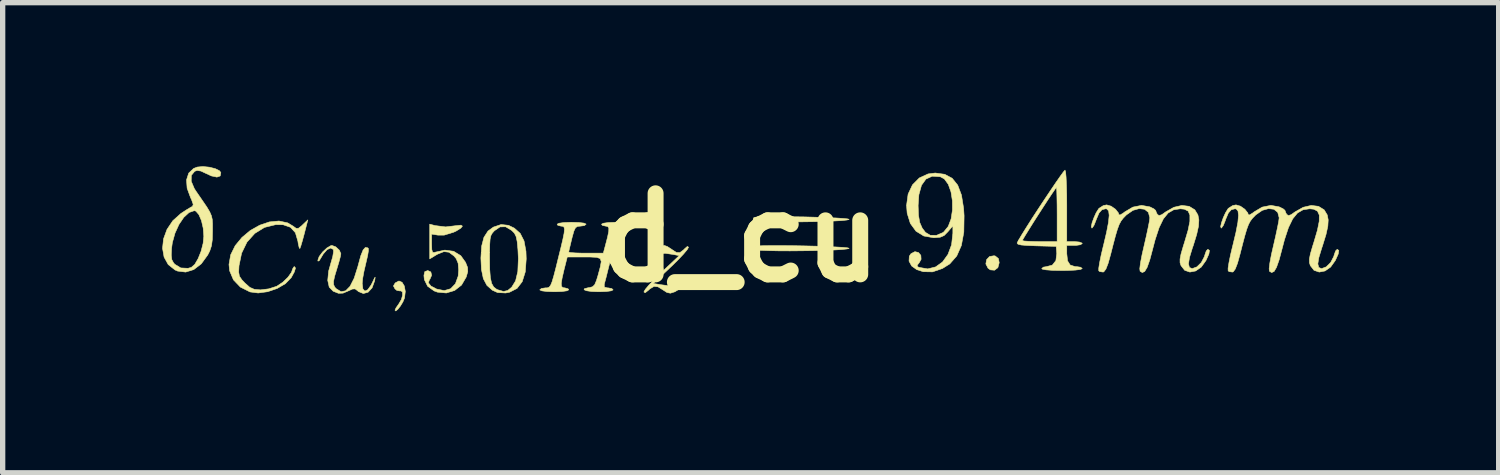
<source format=kicad_pcb>
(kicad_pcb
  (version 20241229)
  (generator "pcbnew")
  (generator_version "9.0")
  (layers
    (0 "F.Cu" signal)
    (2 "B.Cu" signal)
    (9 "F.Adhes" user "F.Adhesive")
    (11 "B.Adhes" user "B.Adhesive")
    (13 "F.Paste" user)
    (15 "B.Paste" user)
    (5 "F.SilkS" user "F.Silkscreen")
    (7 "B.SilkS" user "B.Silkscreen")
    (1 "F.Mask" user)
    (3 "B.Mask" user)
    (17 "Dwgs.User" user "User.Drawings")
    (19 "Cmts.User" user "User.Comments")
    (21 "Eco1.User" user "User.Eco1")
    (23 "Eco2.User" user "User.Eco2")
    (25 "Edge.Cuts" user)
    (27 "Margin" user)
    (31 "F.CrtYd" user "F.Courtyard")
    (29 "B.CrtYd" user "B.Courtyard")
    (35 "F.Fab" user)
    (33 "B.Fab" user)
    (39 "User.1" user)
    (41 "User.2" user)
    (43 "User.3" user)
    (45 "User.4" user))
  (footprint "d_cu"
    (layer "F.Cu")
    (at 10.869 1.418)
    (property "Reference" "d_cu" (at 0 0 0) (layer "F.SilkS") (effects (font (size 1.524 1.524) (thickness 0.3))))
    (attr through_hole)
    (fp_poly (pts (xy 4.788 0.344) (xy 4.848 0.393) (xy 4.862 0.47) (xy 4.837 0.563) (xy 4.774 0.611) (xy 4.695 0.604) (xy 4.652 0.573) (xy 4.611 0.493) (xy 4.625 0.412) (xy 4.681 0.353) (xy 4.765 0.339) (xy 4.788 0.344)) (stroke (width 0.01) (type solid)) (fill yes) (layer "F.SilkS"))
    (fp_poly (pts (xy -6.362 0.838) (xy -6.319 0.908) (xy -6.301 1.01) (xy -6.315 1.13) (xy -6.316 1.134) (xy -6.346 1.207) (xy -6.392 1.283) (xy -6.441 1.345) (xy -6.48 1.377) (xy -6.495 1.363) (xy -6.475 1.318) (xy -6.425 1.247) (xy -6.423 1.244) (xy -6.375 1.162) (xy -6.352 1.08) (xy -6.355 1.018) (xy -6.387 0.998) (xy -6.399 1.001) (xy -6.459 0.991) (xy -6.495 0.961) (xy -6.524 0.907) (xy -6.494 0.855) (xy -6.486 0.847) (xy -6.42 0.813) (xy -6.362 0.838)) (stroke (width 0.01) (type solid)) (fill yes) (layer "F.SilkS"))
    (fp_poly (pts (xy 0.775 -0.397) (xy 0.985 -0.394) (xy 1.204 -0.391) (xy 1.42 -0.385) (xy 1.621 -0.378) (xy 1.795 -0.371) (xy 1.931 -0.362) (xy 2.017 -0.353) (xy 2.041 -0.345) (xy 2.004 -0.333) (xy 1.906 -0.322) (xy 1.759 -0.314) (xy 1.576 -0.306) (xy 1.369 -0.301) (xy 1.148 -0.298) (xy 0.928 -0.297) (xy 0.718 -0.298) (xy 0.533 -0.301) (xy 0.382 -0.307) (xy 0.28 -0.315) (xy 0.236 -0.326) (xy 0.236 -0.326) (xy 0.242 -0.369) (xy 0.261 -0.382) (xy 0.317 -0.39) (xy 0.429 -0.394) (xy 0.586 -0.397) (xy 0.775 -0.397)) (stroke (width 0.01) (type solid)) (fill yes) (layer "F.SilkS"))
    (fp_poly (pts (xy 0.775 0.148) (xy 0.985 0.15) (xy 1.204 0.154) (xy 1.42 0.159) (xy 1.621 0.166) (xy 1.795 0.174) (xy 1.931 0.182) (xy 2.017 0.191) (xy 2.041 0.2) (xy 2.004 0.211) (xy 1.906 0.222) (xy 1.759 0.231) (xy 1.576 0.238) (xy 1.369 0.243) (xy 1.148 0.246) (xy 0.928 0.248) (xy 0.718 0.247) (xy 0.533 0.243) (xy 0.382 0.238) (xy 0.28 0.229) (xy 0.236 0.218) (xy 0.236 0.218) (xy 0.242 0.175) (xy 0.261 0.162) (xy 0.317 0.155) (xy 0.429 0.15) (xy 0.586 0.148) (xy 0.775 0.148)) (stroke (width 0.01) (type solid)) (fill yes) (layer "F.SilkS"))
    (fp_poly (pts (xy -4.362 -0.233) (xy -4.252 -0.18) (xy -4.141 -0.081) (xy -4.069 0.061) (xy -4.033 0.255) (xy -4.028 0.399) (xy -4.046 0.643) (xy -4.104 0.827) (xy -4.201 0.953) (xy -4.34 1.024) (xy -4.415 1.039) (xy -4.567 1.031) (xy -4.666 0.986) (xy -4.767 0.896) (xy -4.834 0.77) (xy -4.87 0.596) (xy -4.88 0.382) (xy -4.717 0.382) (xy -4.714 0.598) (xy -4.702 0.753) (xy -4.678 0.859) (xy -4.639 0.927) (xy -4.583 0.97) (xy -4.561 0.979) (xy -4.455 1.01) (xy -4.376 0.992) (xy -4.301 0.93) (xy -4.228 0.811) (xy -4.186 0.634) (xy -4.176 0.394) (xy -4.184 0.222) (xy -4.198 0.074) (xy -4.218 -0.021) (xy -4.25 -0.085) (xy -4.3 -0.136) (xy -4.414 -0.205) (xy -4.519 -0.204) (xy -4.625 -0.132) (xy -4.628 -0.129) (xy -4.666 -0.086) (xy -4.692 -0.04) (xy -4.707 0.026) (xy -4.714 0.126) (xy -4.717 0.274) (xy -4.717 0.382) (xy -4.88 0.382) (xy -4.88 0.381) (xy -4.866 0.158) (xy -4.823 -0.007) (xy -4.747 -0.125) (xy -4.646 -0.199) (xy -4.5 -0.248) (xy -4.362 -0.233)) (stroke (width 0.01) (type solid)) (fill yes) (layer "F.SilkS"))
    (fp_poly (pts (xy -5.742 -0.228) (xy -5.543 -0.203) (xy -5.343 -0.227) (xy -5.255 -0.236) (xy -5.227 -0.218) (xy -5.257 -0.18) (xy -5.342 -0.127) (xy -5.393 -0.103) (xy -5.572 -0.048) (xy -5.684 -0.048) (xy -5.806 -0.068) (xy -5.806 0.115) (xy -5.803 0.222) (xy -5.789 0.272) (xy -5.76 0.279) (xy -5.742 0.273) (xy -5.558 0.233) (xy -5.393 0.255) (xy -5.258 0.338) (xy -5.168 0.464) (xy -5.13 0.56) (xy -5.127 0.638) (xy -5.156 0.739) (xy -5.244 0.89) (xy -5.374 0.992) (xy -5.531 1.039) (xy -5.698 1.023) (xy -5.758 1.001) (xy -5.881 0.913) (xy -5.943 0.788) (xy -5.951 0.71) (xy -5.935 0.638) (xy -5.879 0.617) (xy -5.878 0.617) (xy -5.821 0.644) (xy -5.806 0.706) (xy -5.837 0.778) (xy -5.846 0.788) (xy -5.868 0.847) (xy -5.818 0.909) (xy -5.712 0.965) (xy -5.569 0.994) (xy -5.449 0.959) (xy -5.359 0.865) (xy -5.307 0.721) (xy -5.298 0.607) (xy -5.308 0.48) (xy -5.345 0.392) (xy -5.387 0.343) (xy -5.48 0.273) (xy -5.575 0.261) (xy -5.69 0.307) (xy -5.724 0.326) (xy -5.842 0.398) (xy -5.842 -0.255) (xy -5.742 -0.228)) (stroke (width 0.01) (type solid)) (fill yes) (layer "F.SilkS"))
    (fp_poly (pts (xy -1.375 0.166) (xy -1.298 0.216) (xy -1.296 0.218) (xy -1.207 0.277) (xy -1.14 0.28) (xy -1.071 0.229) (xy -1.054 0.211) (xy -1 0.164) (xy -0.98 0.176) (xy -0.979 0.184) (xy -1.004 0.227) (xy -1.073 0.309) (xy -1.174 0.416) (xy -1.299 0.539) (xy -1.309 0.548) (xy -1.639 0.86) (xy -1.5 0.883) (xy -1.346 0.903) (xy -1.241 0.898) (xy -1.164 0.864) (xy -1.105 0.811) (xy -1.044 0.756) (xy -1.017 0.759) (xy -1.016 0.767) (xy -1.048 0.861) (xy -1.13 0.953) (xy -1.234 1.016) (xy -1.318 1.043) (xy -1.384 1.029) (xy -1.452 0.985) (xy -1.551 0.923) (xy -1.626 0.915) (xy -1.702 0.96) (xy -1.73 0.986) (xy -1.79 1.033) (xy -1.814 1.023) (xy -1.814 1.013) (xy -1.789 0.97) (xy -1.721 0.889) (xy -1.619 0.782) (xy -1.494 0.659) (xy -1.484 0.649) (xy -1.152 0.337) (xy -1.27 0.314) (xy -1.418 0.293) (xy -1.52 0.302) (xy -1.596 0.344) (xy -1.603 0.35) (xy -1.652 0.389) (xy -1.668 0.377) (xy -1.669 0.353) (xy -1.641 0.292) (xy -1.574 0.222) (xy -1.494 0.165) (xy -1.433 0.145) (xy -1.375 0.166)) (stroke (width 0.01) (type solid)) (fill yes) (layer "F.SilkS"))
    (fp_poly (pts (xy -8.2 -0.074) (xy -8.235 0.055) (xy -8.264 0.153) (xy -8.282 0.202) (xy -8.284 0.204) (xy -8.297 0.182) (xy -8.314 0.108) (xy -8.32 0.065) (xy -8.367 -0.094) (xy -8.459 -0.196) (xy -8.598 -0.244) (xy -8.735 -0.246) (xy -8.947 -0.194) (xy -9.13 -0.081) (xy -9.277 0.083) (xy -9.378 0.291) (xy -9.427 0.528) (xy -9.433 0.646) (xy -9.419 0.723) (xy -9.374 0.79) (xy -9.315 0.852) (xy -9.224 0.933) (xy -9.139 0.97) (xy -9.027 0.98) (xy -9.019 0.98) (xy -8.867 0.961) (xy -8.722 0.914) (xy -8.71 0.908) (xy -8.604 0.837) (xy -8.507 0.744) (xy -8.44 0.65) (xy -8.418 0.584) (xy -8.393 0.546) (xy -8.383 0.544) (xy -8.365 0.571) (xy -8.387 0.644) (xy -8.445 0.75) (xy -8.448 0.754) (xy -8.555 0.864) (xy -8.709 0.954) (xy -8.888 1.015) (xy -9.067 1.039) (xy -9.22 1.019) (xy -9.401 0.928) (xy -9.531 0.792) (xy -9.603 0.622) (xy -9.615 0.503) (xy -9.583 0.321) (xy -9.498 0.149) (xy -9.371 -0.005) (xy -9.214 -0.136) (xy -9.038 -0.235) (xy -8.855 -0.297) (xy -8.675 -0.314) (xy -8.512 -0.279) (xy -8.412 -0.219) (xy -8.354 -0.177) (xy -8.311 -0.176) (xy -8.254 -0.22) (xy -8.23 -0.243) (xy -8.133 -0.335) (xy -8.2 -0.074)) (stroke (width 0.01) (type solid)) (fill yes) (layer "F.SilkS"))
    (fp_poly (pts (xy -7.608 0.172) (xy -7.541 0.234) (xy -7.512 0.301) (xy -7.512 0.302) (xy -7.522 0.357) (xy -7.549 0.458) (xy -7.584 0.575) (xy -7.629 0.723) (xy -7.65 0.821) (xy -7.648 0.884) (xy -7.625 0.931) (xy -7.599 0.959) (xy -7.509 1.014) (xy -7.422 0.998) (xy -7.339 0.913) (xy -7.262 0.761) (xy -7.193 0.543) (xy -7.186 0.516) (xy -7.138 0.34) (xy -7.094 0.23) (xy -7.052 0.183) (xy -7.008 0.19) (xy -6.995 0.202) (xy -6.994 0.244) (xy -7.009 0.337) (xy -7.038 0.462) (xy -7.043 0.483) (xy -7.077 0.629) (xy -7.102 0.764) (xy -7.111 0.858) (xy -7.111 0.86) (xy -7.098 0.964) (xy -7.061 1.003) (xy -7.007 0.978) (xy -6.944 0.89) (xy -6.916 0.835) (xy -6.879 0.756) (xy -6.867 0.742) (xy -6.873 0.788) (xy -6.879 0.816) (xy -6.926 0.944) (xy -7.001 1.025) (xy -7.09 1.049) (xy -7.182 1.012) (xy -7.199 0.996) (xy -7.245 0.962) (xy -7.296 0.965) (xy -7.363 0.996) (xy -7.471 1.042) (xy -7.557 1.045) (xy -7.656 1.006) (xy -7.731 0.929) (xy -7.759 0.802) (xy -7.742 0.628) (xy -7.699 0.474) (xy -7.665 0.356) (xy -7.65 0.263) (xy -7.654 0.221) (xy -7.704 0.194) (xy -7.771 0.224) (xy -7.842 0.305) (xy -7.874 0.358) (xy -7.919 0.432) (xy -7.942 0.44) (xy -7.945 0.424) (xy -7.92 0.354) (xy -7.856 0.269) (xy -7.775 0.193) (xy -7.7 0.149) (xy -7.68 0.145) (xy -7.608 0.172)) (stroke (width 0.01) (type solid)) (fill yes) (layer "F.SilkS"))
    (fp_poly (pts (xy 3.838 -1.192) (xy 3.978 -1.117) (xy 4.082 -0.988) (xy 4.153 -0.801) (xy 4.193 -0.552) (xy 4.202 -0.412) (xy 4.197 -0.104) (xy 4.151 0.146) (xy 4.064 0.343) (xy 3.933 0.492) (xy 3.794 0.579) (xy 3.609 0.642) (xy 3.435 0.639) (xy 3.312 0.6) (xy 3.216 0.531) (xy 3.167 0.44) (xy 3.172 0.348) (xy 3.204 0.3) (xy 3.278 0.262) (xy 3.344 0.278) (xy 3.389 0.331) (xy 3.394 0.406) (xy 3.359 0.469) (xy 3.319 0.52) (xy 3.331 0.546) (xy 3.358 0.558) (xy 3.518 0.586) (xy 3.667 0.549) (xy 3.797 0.456) (xy 3.899 0.314) (xy 3.967 0.132) (xy 3.991 -0.084) (xy 3.991 -0.084) (xy 3.991 -0.223) (xy 3.897 -0.112) (xy 3.827 -0.041) (xy 3.752 -0.009) (xy 3.641 -0.000039) (xy 3.628 0) (xy 3.445 -0.032) (xy 3.298 -0.123) (xy 3.192 -0.268) (xy 3.132 -0.46) (xy 3.121 -0.605) (xy 3.338 -0.605) (xy 3.345 -0.421) (xy 3.368 -0.287) (xy 3.414 -0.182) (xy 3.476 -0.1) (xy 3.566 -0.046) (xy 3.683 -0.045) (xy 3.803 -0.096) (xy 3.822 -0.111) (xy 3.904 -0.212) (xy 3.958 -0.354) (xy 3.983 -0.52) (xy 3.982 -0.695) (xy 3.956 -0.861) (xy 3.905 -1.003) (xy 3.831 -1.105) (xy 3.755 -1.146) (xy 3.603 -1.156) (xy 3.485 -1.102) (xy 3.401 -0.985) (xy 3.352 -0.807) (xy 3.338 -0.605) (xy 3.121 -0.605) (xy 3.121 -0.61) (xy 3.15 -0.82) (xy 3.232 -0.994) (xy 3.36 -1.123) (xy 3.525 -1.199) (xy 3.66 -1.216) (xy 3.838 -1.192)) (stroke (width 0.01) (type solid)) (fill yes) (layer "F.SilkS"))
    (fp_poly (pts (xy -9.985 -1.326) (xy -9.873 -1.298) (xy -9.793 -1.258) (xy -9.768 -1.224) (xy -9.78 -1.161) (xy -9.842 -1.139) (xy -9.945 -1.161) (xy -10.034 -1.202) (xy -10.143 -1.253) (xy -10.215 -1.264) (xy -10.26 -1.248) (xy -10.323 -1.171) (xy -10.325 -1.061) (xy -10.266 -0.922) (xy -10.232 -0.87) (xy -10.115 -0.7) (xy -10.031 -0.577) (xy -9.977 -0.486) (xy -9.945 -0.412) (xy -9.929 -0.342) (xy -9.924 -0.261) (xy -9.924 -0.155) (xy -9.924 -0.13) (xy -9.928 0.034) (xy -9.944 0.151) (xy -9.976 0.248) (xy -10.015 0.325) (xy -10.136 0.491) (xy -10.277 0.599) (xy -10.429 0.646) (xy -10.582 0.627) (xy -10.628 0.607) (xy -10.757 0.505) (xy -10.835 0.364) (xy -10.841 0.328) (xy -10.7 0.328) (xy -10.69 0.411) (xy -10.658 0.471) (xy -10.634 0.499) (xy -10.521 0.568) (xy -10.385 0.575) (xy -10.322 0.557) (xy -10.258 0.501) (xy -10.195 0.393) (xy -10.139 0.254) (xy -10.101 0.105) (xy -10.088 -0.026) (xy -10.1 -0.181) (xy -10.133 -0.323) (xy -10.181 -0.434) (xy -10.237 -0.499) (xy -10.267 -0.508) (xy -10.365 -0.474) (xy -10.464 -0.383) (xy -10.555 -0.249) (xy -10.63 -0.085) (xy -10.68 0.094) (xy -10.694 0.199) (xy -10.7 0.328) (xy -10.841 0.328) (xy -10.864 0.199) (xy -10.845 0.021) (xy -10.78 -0.156) (xy -10.671 -0.319) (xy -10.518 -0.456) (xy -10.513 -0.459) (xy -10.412 -0.525) (xy -10.332 -0.573) (xy -10.301 -0.588) (xy -10.287 -0.626) (xy -10.319 -0.716) (xy -10.337 -0.753) (xy -10.402 -0.93) (xy -10.413 -1.087) (xy -10.372 -1.214) (xy -10.281 -1.301) (xy -10.212 -1.328) (xy -10.106 -1.338) (xy -9.985 -1.326)) (stroke (width 0.01) (type solid)) (fill yes) (layer "F.SilkS"))
    (fp_poly (pts (xy 6.11 -1.235) (xy 6.119 -1.139) (xy 6.126 -0.99) (xy 6.131 -0.8) (xy 6.132 -0.599) (xy 6.132 0.073) (xy 6.277 0.073) (xy 6.368 0.081) (xy 6.419 0.101) (xy 6.423 0.109) (xy 6.39 0.132) (xy 6.31 0.144) (xy 6.277 0.145) (xy 6.132 0.145) (xy 6.132 0.301) (xy 6.147 0.436) (xy 6.196 0.513) (xy 6.288 0.543) (xy 6.321 0.544) (xy 6.394 0.555) (xy 6.423 0.581) (xy 6.388 0.597) (xy 6.291 0.609) (xy 6.141 0.616) (xy 6.042 0.617) (xy 5.867 0.614) (xy 5.74 0.604) (xy 5.671 0.59) (xy 5.661 0.581) (xy 5.692 0.553) (xy 5.749 0.544) (xy 5.86 0.515) (xy 5.927 0.431) (xy 5.944 0.301) (xy 5.944 0.295) (xy 5.933 0.163) (xy 5.557 0.153) (xy 5.385 0.146) (xy 5.275 0.137) (xy 5.216 0.122) (xy 5.199 0.102) (xy 5.201 0.093) (xy 5.222 0.053) (xy 5.298 0.053) (xy 5.331 0.062) (xy 5.421 0.068) (xy 5.551 0.072) (xy 5.624 0.073) (xy 5.951 0.073) (xy 5.951 -0.435) (xy 5.95 -0.618) (xy 5.947 -0.771) (xy 5.944 -0.883) (xy 5.939 -0.939) (xy 5.937 -0.943) (xy 5.914 -0.915) (xy 5.86 -0.837) (xy 5.784 -0.723) (xy 5.694 -0.584) (xy 5.597 -0.434) (xy 5.502 -0.285) (xy 5.417 -0.149) (xy 5.349 -0.039) (xy 5.307 0.032) (xy 5.298 0.053) (xy 5.222 0.053) (xy 5.231 0.037) (xy 5.292 -0.065) (xy 5.377 -0.201) (xy 5.479 -0.362) (xy 5.592 -0.535) (xy 5.709 -0.712) (xy 5.822 -0.881) (xy 5.924 -1.032) (xy 6.009 -1.154) (xy 6.069 -1.237) (xy 6.099 -1.27) (xy 6.099 -1.27) (xy 6.11 -1.235)) (stroke (width 0.01) (type solid)) (fill yes) (layer "F.SilkS"))
    (fp_poly (pts (xy -2.192 -0.286) (xy -2.106 -0.273) (xy -2.086 -0.254) (xy -2.137 -0.226) (xy -2.196 -0.218) (xy -2.228 -0.218) (xy -2.253 -0.212) (xy -2.274 -0.191) (xy -2.296 -0.145) (xy -2.322 -0.064) (xy -2.355 0.059) (xy -2.4 0.236) (xy -2.449 0.435) (xy -2.49 0.598) (xy -2.525 0.739) (xy -2.552 0.84) (xy -2.562 0.88) (xy -2.56 0.928) (xy -2.503 0.943) (xy -2.488 0.943) (xy -2.419 0.956) (xy -2.395 0.98) (xy -2.429 0.998) (xy -2.52 1.011) (xy -2.654 1.016) (xy -2.667 1.016) (xy -2.8 1.011) (xy -2.894 0.997) (xy -2.941 0.978) (xy -2.934 0.958) (xy -2.864 0.94) (xy -2.839 0.937) (xy -2.782 0.922) (xy -2.742 0.884) (xy -2.708 0.804) (xy -2.679 0.708) (xy -2.636 0.549) (xy -2.618 0.449) (xy -2.637 0.393) (xy -2.701 0.369) (xy -2.821 0.363) (xy -2.935 0.363) (xy -3.257 0.363) (xy -3.316 0.597) (xy -3.353 0.756) (xy -3.37 0.858) (xy -3.365 0.915) (xy -3.337 0.939) (xy -3.302 0.943) (xy -3.243 0.959) (xy -3.229 0.98) (xy -3.263 0.998) (xy -3.355 1.011) (xy -3.489 1.016) (xy -3.502 1.016) (xy -3.639 1.011) (xy -3.734 0.999) (xy -3.773 0.981) (xy -3.774 0.98) (xy -3.742 0.954) (xy -3.669 0.943) (xy -3.629 0.942) (xy -3.597 0.929) (xy -3.57 0.895) (xy -3.543 0.83) (xy -3.511 0.722) (xy -3.469 0.561) (xy -3.434 0.418) (xy -3.378 0.193) (xy -3.339 0.028) (xy -3.316 -0.086) (xy -3.309 -0.158) (xy -3.317 -0.197) (xy -3.338 -0.214) (xy -3.371 -0.218) (xy -3.375 -0.218) (xy -3.434 -0.233) (xy -3.447 -0.254) (xy -3.413 -0.272) (xy -3.322 -0.285) (xy -3.188 -0.29) (xy -3.175 -0.29) (xy -3.038 -0.286) (xy -2.942 -0.274) (xy -2.903 -0.256) (xy -2.903 -0.254) (xy -2.934 -0.228) (xy -3.007 -0.218) (xy -3.064 -0.213) (xy -3.102 -0.187) (xy -3.132 -0.125) (xy -3.164 -0.011) (xy -3.171 0.017) (xy -3.2 0.138) (xy -3.222 0.23) (xy -3.229 0.271) (xy -3.196 0.279) (xy -3.106 0.286) (xy -2.976 0.29) (xy -2.904 0.29) (xy -2.579 0.29) (xy -2.542 0.152) (xy -2.499 -0.013) (xy -2.477 -0.12) (xy -2.476 -0.182) (xy -2.496 -0.211) (xy -2.535 -0.218) (xy -2.535 -0.218) (xy -2.597 -0.232) (xy -2.613 -0.254) (xy -2.579 -0.272) (xy -2.487 -0.285) (xy -2.353 -0.29) (xy -2.338 -0.29) (xy -2.192 -0.286)) (stroke (width 0.01) (type solid)) (fill yes) (layer "F.SilkS"))
    (fp_poly (pts (xy 6.965 -0.593) (xy 7.048 -0.535) (xy 7.103 -0.465) (xy 7.112 -0.432) (xy 7.136 -0.428) (xy 7.195 -0.464) (xy 7.222 -0.485) (xy 7.374 -0.575) (xy 7.538 -0.608) (xy 7.693 -0.58) (xy 7.768 -0.543) (xy 7.802 -0.514) (xy 7.802 -0.513) (xy 7.82 -0.465) (xy 7.834 -0.44) (xy 7.866 -0.416) (xy 7.918 -0.433) (xy 7.991 -0.485) (xy 8.145 -0.572) (xy 8.296 -0.607) (xy 8.432 -0.59) (xy 8.539 -0.524) (xy 8.597 -0.428) (xy 8.615 -0.335) (xy 8.608 -0.217) (xy 8.574 -0.062) (xy 8.511 0.143) (xy 8.492 0.196) (xy 8.438 0.373) (xy 8.42 0.492) (xy 8.437 0.559) (xy 8.489 0.581) (xy 8.489 0.581) (xy 8.578 0.548) (xy 8.661 0.466) (xy 8.719 0.354) (xy 8.728 0.322) (xy 8.754 0.248) (xy 8.784 0.218) (xy 8.814 0.239) (xy 8.803 0.307) (xy 8.749 0.427) (xy 8.748 0.429) (xy 8.66 0.552) (xy 8.555 0.625) (xy 8.446 0.646) (xy 8.349 0.613) (xy 8.279 0.524) (xy 8.261 0.469) (xy 8.261 0.402) (xy 8.279 0.308) (xy 8.319 0.169) (xy 8.345 0.087) (xy 8.412 -0.14) (xy 8.446 -0.308) (xy 8.446 -0.426) (xy 8.413 -0.5) (xy 8.343 -0.536) (xy 8.265 -0.544) (xy 8.142 -0.525) (xy 8.038 -0.465) (xy 7.948 -0.355) (xy 7.868 -0.19) (xy 7.793 0.037) (xy 7.747 0.212) (xy 7.692 0.418) (xy 7.643 0.557) (xy 7.597 0.634) (xy 7.552 0.655) (xy 7.51 0.63) (xy 7.504 0.582) (xy 7.517 0.475) (xy 7.547 0.319) (xy 7.585 0.153) (xy 7.626 -0.025) (xy 7.66 -0.183) (xy 7.684 -0.304) (xy 7.693 -0.373) (xy 7.693 -0.375) (xy 7.666 -0.477) (xy 7.594 -0.535) (xy 7.492 -0.547) (xy 7.375 -0.514) (xy 7.257 -0.432) (xy 7.242 -0.418) (xy 7.191 -0.365) (xy 7.151 -0.312) (xy 7.117 -0.248) (xy 7.084 -0.159) (xy 7.047 -0.035) (xy 7.001 0.139) (xy 6.958 0.308) (xy 6.91 0.481) (xy 6.868 0.589) (xy 6.829 0.64) (xy 6.816 0.646) (xy 6.752 0.637) (xy 6.733 0.621) (xy 6.733 0.573) (xy 6.749 0.471) (xy 6.778 0.328) (xy 6.818 0.159) (xy 6.821 0.149) (xy 6.88 -0.101) (xy 6.916 -0.289) (xy 6.929 -0.421) (xy 6.919 -0.503) (xy 6.886 -0.54) (xy 6.862 -0.544) (xy 6.793 -0.526) (xy 6.738 -0.464) (xy 6.687 -0.344) (xy 6.678 -0.318) (xy 6.643 -0.231) (xy 6.61 -0.184) (xy 6.603 -0.181) (xy 6.593 -0.21) (xy 6.608 -0.282) (xy 6.642 -0.375) (xy 6.684 -0.469) (xy 6.73 -0.542) (xy 6.738 -0.552) (xy 6.819 -0.604) (xy 6.882 -0.617) (xy 6.965 -0.593)) (stroke (width 0.01) (type solid)) (fill yes) (layer "F.SilkS"))
    (fp_poly (pts (xy 9.396 -0.593) (xy 9.479 -0.535) (xy 9.535 -0.465) (xy 9.543 -0.432) (xy 9.567 -0.428) (xy 9.626 -0.464) (xy 9.653 -0.485) (xy 9.805 -0.575) (xy 9.969 -0.608) (xy 10.124 -0.58) (xy 10.199 -0.543) (xy 10.233 -0.514) (xy 10.233 -0.513) (xy 10.251 -0.465) (xy 10.265 -0.44) (xy 10.297 -0.416) (xy 10.349 -0.433) (xy 10.422 -0.485) (xy 10.576 -0.572) (xy 10.727 -0.607) (xy 10.863 -0.59) (xy 10.97 -0.524) (xy 11.028 -0.428) (xy 11.046 -0.335) (xy 11.039 -0.217) (xy 11.005 -0.062) (xy 10.942 0.143) (xy 10.924 0.196) (xy 10.87 0.373) (xy 10.851 0.492) (xy 10.868 0.559) (xy 10.92 0.581) (xy 10.921 0.581) (xy 11.009 0.548) (xy 11.092 0.466) (xy 11.15 0.354) (xy 11.159 0.322) (xy 11.185 0.248) (xy 11.215 0.218) (xy 11.245 0.239) (xy 11.234 0.307) (xy 11.18 0.427) (xy 11.179 0.429) (xy 11.091 0.552) (xy 10.986 0.625) (xy 10.877 0.646) (xy 10.78 0.613) (xy 10.71 0.524) (xy 10.693 0.469) (xy 10.692 0.402) (xy 10.71 0.308) (xy 10.75 0.169) (xy 10.776 0.087) (xy 10.843 -0.14) (xy 10.877 -0.308) (xy 10.878 -0.426) (xy 10.844 -0.5) (xy 10.774 -0.536) (xy 10.696 -0.544) (xy 10.573 -0.525) (xy 10.469 -0.465) (xy 10.379 -0.355) (xy 10.299 -0.19) (xy 10.224 0.037) (xy 10.178 0.212) (xy 10.123 0.418) (xy 10.074 0.557) (xy 10.029 0.634) (xy 9.983 0.655) (xy 9.941 0.63) (xy 9.936 0.582) (xy 9.949 0.475) (xy 9.978 0.319) (xy 10.016 0.153) (xy 10.057 -0.025) (xy 10.091 -0.183) (xy 10.115 -0.304) (xy 10.124 -0.373) (xy 10.124 -0.375) (xy 10.097 -0.477) (xy 10.025 -0.535) (xy 9.924 -0.547) (xy 9.806 -0.514) (xy 9.688 -0.432) (xy 9.673 -0.418) (xy 9.622 -0.365) (xy 9.582 -0.312) (xy 9.548 -0.248) (xy 9.515 -0.159) (xy 9.478 -0.035) (xy 9.432 0.139) (xy 9.389 0.308) (xy 9.341 0.481) (xy 9.299 0.589) (xy 9.261 0.64) (xy 9.247 0.646) (xy 9.183 0.637) (xy 9.165 0.621) (xy 9.164 0.573) (xy 9.18 0.471) (xy 9.209 0.328) (xy 9.249 0.159) (xy 9.252 0.149) (xy 9.312 -0.101) (xy 9.348 -0.289) (xy 9.36 -0.421) (xy 9.35 -0.503) (xy 9.317 -0.54) (xy 9.294 -0.544) (xy 9.224 -0.526) (xy 9.169 -0.464) (xy 9.118 -0.344) (xy 9.11 -0.318) (xy 9.075 -0.231) (xy 9.041 -0.184) (xy 9.034 -0.181) (xy 9.024 -0.21) (xy 9.04 -0.282) (xy 9.073 -0.375) (xy 9.116 -0.469) (xy 9.161 -0.542) (xy 9.169 -0.552) (xy 9.25 -0.604) (xy 9.313 -0.617) (xy 9.396 -0.593)) (stroke (width 0.01) (type solid)) (fill yes) (layer "F.SilkS")))
  (gr_rect
    (start -3 -3)
    (end 25.119 5.836)
    (stroke (width 0.1) (type default))
    (fill no)
    (layer "Edge.Cuts")))
</source>
